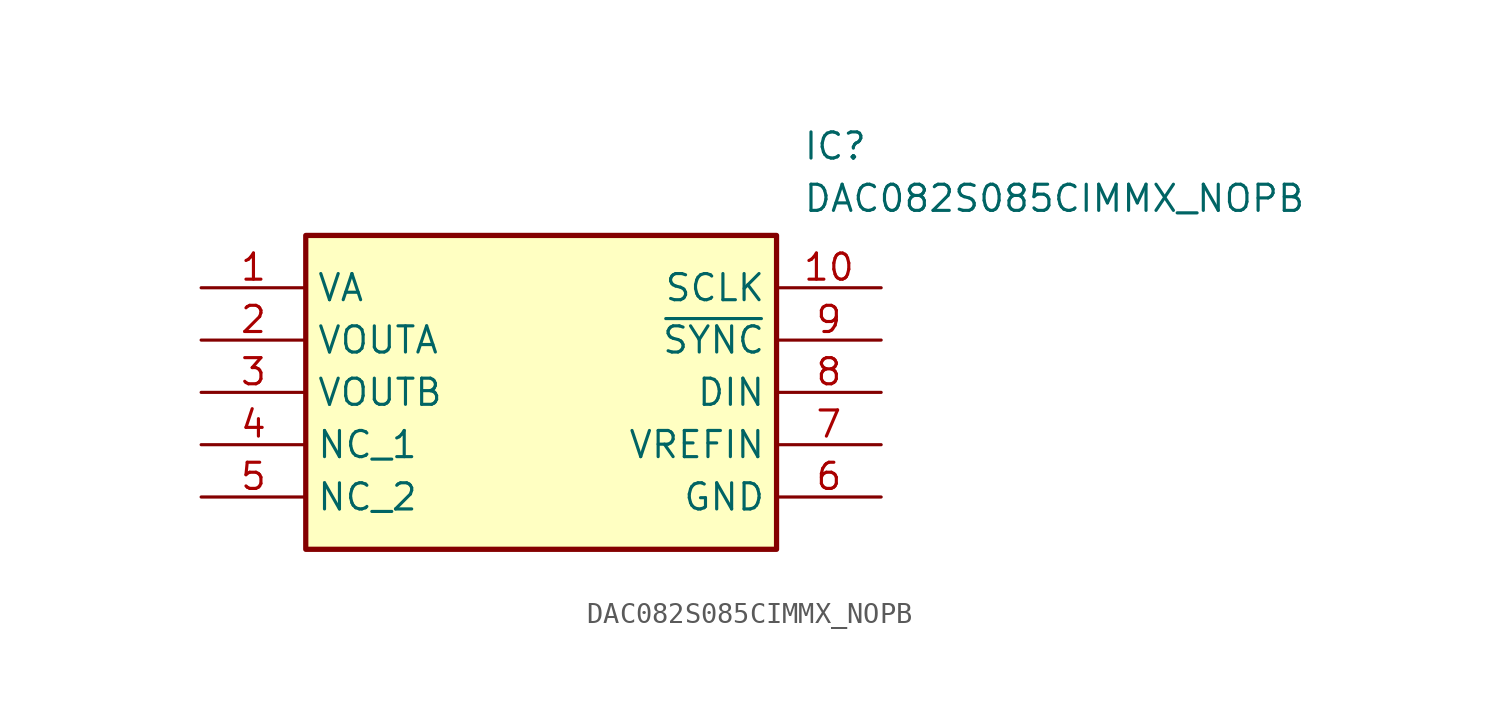
<source format=kicad_sym>
(kicad_symbol_lib
  (version 20211014)
  (generator SamacSys_ECAD_Model)
  (symbol "DAC082S085CIMMX_NOPB"
    (property "Reference" "IC"
      (at 29.21 7.62 0)
      (effects (font (size 1.27 1.27)) (justify left top)))
    (property "Value" "DAC082S085CIMMX_NOPB"
      (at 29.21 5.08 0)
      (effects (font (size 1.27 1.27)) (justify left top)))
    (rectangle
      (start 5.08 2.54)
      (end 27.94 -12.7)
      (stroke (width 0.254) (type default))
      (fill (type background)))
    (pin passive line
      (at 0 0 0)
      (length 5.08)
      (name "VA" (effects (font (size 1.27 1.27))))
      (number "1" (effects (font (size 1.27 1.27)))))
    (pin passive line
      (at 0 -2.54 0)
      (length 5.08)
      (name "VOUTA" (effects (font (size 1.27 1.27))))
      (number "2" (effects (font (size 1.27 1.27)))))
    (pin passive line
      (at 0 -5.08 0)
      (length 5.08)
      (name "VOUTB" (effects (font (size 1.27 1.27))))
      (number "3" (effects (font (size 1.27 1.27)))))
    (pin passive line
      (at 0 -7.62 0)
      (length 5.08)
      (name "NC_1" (effects (font (size 1.27 1.27))))
      (number "4" (effects (font (size 1.27 1.27)))))
    (pin passive line
      (at 0 -10.16 0)
      (length 5.08)
      (name "NC_2" (effects (font (size 1.27 1.27))))
      (number "5" (effects (font (size 1.27 1.27)))))
    (pin passive line
      (at 33.02 0 180)
      (length 5.08)
      (name "SCLK" (effects (font (size 1.27 1.27))))
      (number "10" (effects (font (size 1.27 1.27)))))
    (pin passive line
      (at 33.02 -2.54 180)
      (length 5.08)
      (name "~{SYNC}" (effects (font (size 1.27 1.27))))
      (number "9" (effects (font (size 1.27 1.27)))))
    (pin passive line
      (at 33.02 -5.08 180)
      (length 5.08)
      (name "DIN" (effects (font (size 1.27 1.27))))
      (number "8" (effects (font (size 1.27 1.27)))))
    (pin passive line
      (at 33.02 -7.62 180)
      (length 5.08)
      (name "VREFIN" (effects (font (size 1.27 1.27))))
      (number "7" (effects (font (size 1.27 1.27)))))
    (pin passive line
      (at 33.02 -10.16 180)
      (length 5.08)
      (name "GND" (effects (font (size 1.27 1.27))))
      (number "6" (effects (font (size 1.27 1.27)))))))
</source>
